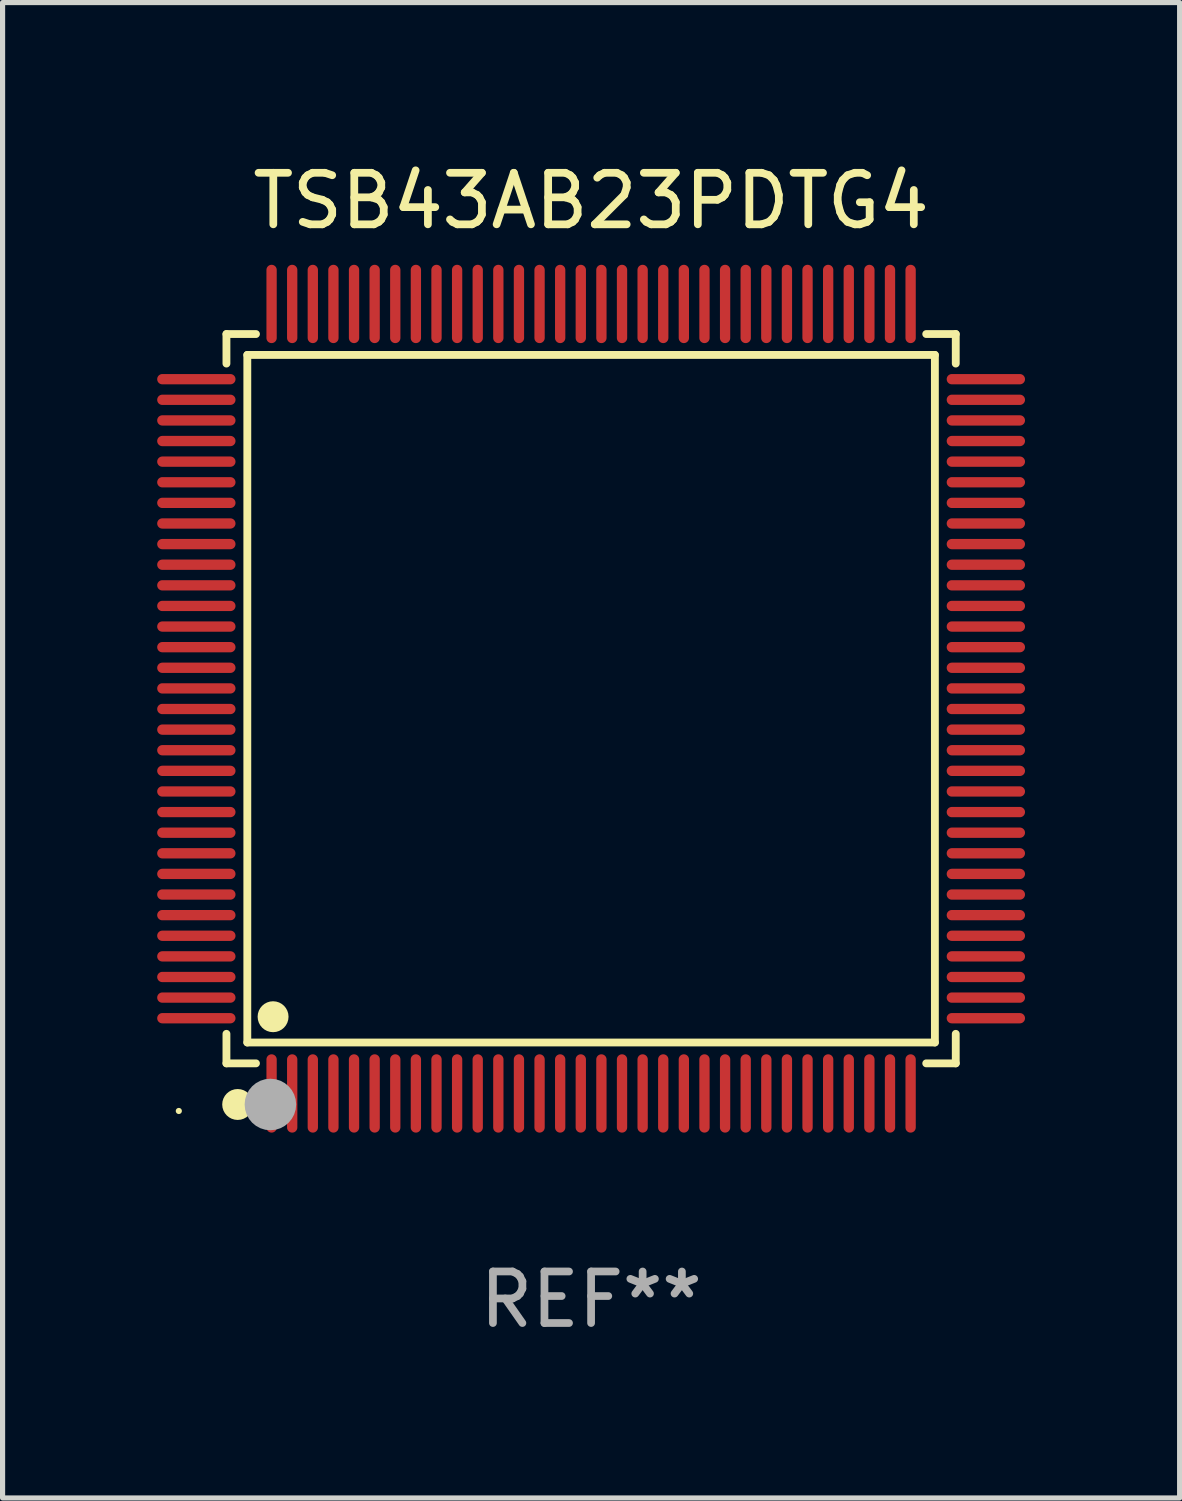
<source format=kicad_pcb>
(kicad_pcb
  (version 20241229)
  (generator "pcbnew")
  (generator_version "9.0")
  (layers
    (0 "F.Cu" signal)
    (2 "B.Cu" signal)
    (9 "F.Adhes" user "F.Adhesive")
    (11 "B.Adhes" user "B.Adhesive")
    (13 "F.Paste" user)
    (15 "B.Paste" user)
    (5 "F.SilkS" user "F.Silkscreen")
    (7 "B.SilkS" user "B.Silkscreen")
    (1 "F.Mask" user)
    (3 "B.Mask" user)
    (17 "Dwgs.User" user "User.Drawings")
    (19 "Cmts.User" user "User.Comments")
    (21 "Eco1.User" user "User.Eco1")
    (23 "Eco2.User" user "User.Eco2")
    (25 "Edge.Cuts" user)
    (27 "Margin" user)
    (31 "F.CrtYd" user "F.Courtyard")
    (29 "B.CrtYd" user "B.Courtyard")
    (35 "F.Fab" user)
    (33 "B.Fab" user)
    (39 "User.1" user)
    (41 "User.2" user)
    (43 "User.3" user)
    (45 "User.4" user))
  (footprint "TSB43AB23PDTG4"
    (layer "F.Cu")
    (at 8.42 10.508)
    (property "Reference" "TSB43AB23PDTG4" (at 0 -9.66 0) (layer "F.SilkS") (effects (font (size 1 1) (thickness 0.15))))
    (attr through_hole)
    (fp_line (start -7.076 -7.076) (end -6.503 -7.076) (stroke (width 0.152) (type solid)) (layer "F.SilkS"))
    (fp_line (start -7.076 -6.503) (end -7.076 -7.076) (stroke (width 0.152) (type solid)) (layer "F.SilkS"))
    (fp_line (start -7.076 6.503) (end -7.076 7.076) (stroke (width 0.152) (type solid)) (layer "F.SilkS"))
    (fp_line (start -7.076 7.076) (end -6.503 7.076) (stroke (width 0.152) (type solid)) (layer "F.SilkS"))
    (fp_line (start -6.671 -6.671) (end 6.671 -6.671) (stroke (width 0.152) (type solid)) (layer "F.SilkS"))
    (fp_line (start -6.671 6.671) (end -6.671 -6.671) (stroke (width 0.152) (type solid)) (layer "F.SilkS"))
    (fp_line (start 6.671 -6.671) (end 6.671 6.671) (stroke (width 0.152) (type solid)) (layer "F.SilkS"))
    (fp_line (start 6.671 6.671) (end -6.671 6.671) (stroke (width 0.152) (type solid)) (layer "F.SilkS"))
    (fp_line (start 7.076 -7.076) (end 6.503 -7.076) (stroke (width 0.152) (type solid)) (layer "F.SilkS"))
    (fp_line (start 7.076 -6.503) (end 7.076 -7.076) (stroke (width 0.152) (type solid)) (layer "F.SilkS"))
    (fp_line (start 7.076 6.503) (end 7.076 7.076) (stroke (width 0.152) (type solid)) (layer "F.SilkS"))
    (fp_line (start 7.076 7.076) (end 6.503 7.076) (stroke (width 0.152) (type solid)) (layer "F.SilkS"))
    (fp_circle (center -8 8) (end -7.97 8) (stroke (width 0.06) (type solid)) (fill no) (layer "F.SilkS"))
    (fp_circle (center -6.858 7.874) (end -6.708 7.874) (stroke (width 0.3) (type solid)) (fill no) (layer "F.SilkS"))
    (fp_circle (center -6.171 6.171) (end -6.021 6.171) (stroke (width 0.3) (type solid)) (fill no) (layer "F.SilkS"))
    (fp_circle (center -6.223 7.874) (end -5.973 7.874) (stroke (width 0.5) (type solid)) (fill no) (layer "F.Fab"))
    (fp_text user "REF**" (at 0 11.66 0) (layer "F.Fab") (effects (font (size 1 1) (thickness 0.15))))
    (pad "1" smd oval (at -6.2 7.66) (size 0.2 1.52) (layers "F.Cu" "F.Mask" "F.Paste"))
    (pad "2" smd oval (at -5.8 7.66) (size 0.2 1.52) (layers "F.Cu" "F.Mask" "F.Paste"))
    (pad "3" smd oval (at -5.4 7.66) (size 0.2 1.52) (layers "F.Cu" "F.Mask" "F.Paste"))
    (pad "4" smd oval (at -5 7.66) (size 0.2 1.52) (layers "F.Cu" "F.Mask" "F.Paste"))
    (pad "5" smd oval (at -4.6 7.66) (size 0.2 1.52) (layers "F.Cu" "F.Mask" "F.Paste"))
    (pad "6" smd oval (at -4.2 7.66) (size 0.2 1.52) (layers "F.Cu" "F.Mask" "F.Paste"))
    (pad "7" smd oval (at -3.8 7.66) (size 0.2 1.52) (layers "F.Cu" "F.Mask" "F.Paste"))
    (pad "8" smd oval (at -3.4 7.66) (size 0.2 1.52) (layers "F.Cu" "F.Mask" "F.Paste"))
    (pad "9" smd oval (at -3 7.66) (size 0.2 1.52) (layers "F.Cu" "F.Mask" "F.Paste"))
    (pad "10" smd oval (at -2.6 7.66) (size 0.2 1.52) (layers "F.Cu" "F.Mask" "F.Paste"))
    (pad "11" smd oval (at -2.2 7.66) (size 0.2 1.52) (layers "F.Cu" "F.Mask" "F.Paste"))
    (pad "12" smd oval (at -1.8 7.66) (size 0.2 1.52) (layers "F.Cu" "F.Mask" "F.Paste"))
    (pad "13" smd oval (at -1.4 7.66) (size 0.2 1.52) (layers "F.Cu" "F.Mask" "F.Paste"))
    (pad "14" smd oval (at -1 7.66) (size 0.2 1.52) (layers "F.Cu" "F.Mask" "F.Paste"))
    (pad "15" smd oval (at -0.6 7.66) (size 0.2 1.52) (layers "F.Cu" "F.Mask" "F.Paste"))
    (pad "16" smd oval (at -0.2 7.66) (size 0.2 1.52) (layers "F.Cu" "F.Mask" "F.Paste"))
    (pad "17" smd oval (at 0.2 7.66) (size 0.2 1.52) (layers "F.Cu" "F.Mask" "F.Paste"))
    (pad "18" smd oval (at 0.6 7.66) (size 0.2 1.52) (layers "F.Cu" "F.Mask" "F.Paste"))
    (pad "19" smd oval (at 1 7.66) (size 0.2 1.52) (layers "F.Cu" "F.Mask" "F.Paste"))
    (pad "20" smd oval (at 1.4 7.66) (size 0.2 1.52) (layers "F.Cu" "F.Mask" "F.Paste"))
    (pad "21" smd oval (at 1.8 7.66) (size 0.2 1.52) (layers "F.Cu" "F.Mask" "F.Paste"))
    (pad "22" smd oval (at 2.2 7.66) (size 0.2 1.52) (layers "F.Cu" "F.Mask" "F.Paste"))
    (pad "23" smd oval (at 2.6 7.66) (size 0.2 1.52) (layers "F.Cu" "F.Mask" "F.Paste"))
    (pad "24" smd oval (at 3 7.66) (size 0.2 1.52) (layers "F.Cu" "F.Mask" "F.Paste"))
    (pad "25" smd oval (at 3.4 7.66) (size 0.2 1.52) (layers "F.Cu" "F.Mask" "F.Paste"))
    (pad "26" smd oval (at 3.8 7.66) (size 0.2 1.52) (layers "F.Cu" "F.Mask" "F.Paste"))
    (pad "27" smd oval (at 4.2 7.66) (size 0.2 1.52) (layers "F.Cu" "F.Mask" "F.Paste"))
    (pad "28" smd oval (at 4.6 7.66) (size 0.2 1.52) (layers "F.Cu" "F.Mask" "F.Paste"))
    (pad "29" smd oval (at 5 7.66) (size 0.2 1.52) (layers "F.Cu" "F.Mask" "F.Paste"))
    (pad "30" smd oval (at 5.4 7.66) (size 0.2 1.52) (layers "F.Cu" "F.Mask" "F.Paste"))
    (pad "31" smd oval (at 5.8 7.66) (size 0.2 1.52) (layers "F.Cu" "F.Mask" "F.Paste"))
    (pad "32" smd oval (at 6.2 7.66) (size 0.2 1.52) (layers "F.Cu" "F.Mask" "F.Paste"))
    (pad "33" smd oval (at 7.66 6.2) (size 1.52 0.2) (layers "F.Cu" "F.Mask" "F.Paste"))
    (pad "34" smd oval (at 7.66 5.8) (size 1.52 0.2) (layers "F.Cu" "F.Mask" "F.Paste"))
    (pad "35" smd oval (at 7.66 5.4) (size 1.52 0.2) (layers "F.Cu" "F.Mask" "F.Paste"))
    (pad "36" smd oval (at 7.66 5) (size 1.52 0.2) (layers "F.Cu" "F.Mask" "F.Paste"))
    (pad "37" smd oval (at 7.66 4.6) (size 1.52 0.2) (layers "F.Cu" "F.Mask" "F.Paste"))
    (pad "38" smd oval (at 7.66 4.2) (size 1.52 0.2) (layers "F.Cu" "F.Mask" "F.Paste"))
    (pad "39" smd oval (at 7.66 3.8) (size 1.52 0.2) (layers "F.Cu" "F.Mask" "F.Paste"))
    (pad "40" smd oval (at 7.66 3.4) (size 1.52 0.2) (layers "F.Cu" "F.Mask" "F.Paste"))
    (pad "41" smd oval (at 7.66 3) (size 1.52 0.2) (layers "F.Cu" "F.Mask" "F.Paste"))
    (pad "42" smd oval (at 7.66 2.6) (size 1.52 0.2) (layers "F.Cu" "F.Mask" "F.Paste"))
    (pad "43" smd oval (at 7.66 2.2) (size 1.52 0.2) (layers "F.Cu" "F.Mask" "F.Paste"))
    (pad "44" smd oval (at 7.66 1.8) (size 1.52 0.2) (layers "F.Cu" "F.Mask" "F.Paste"))
    (pad "45" smd oval (at 7.66 1.4) (size 1.52 0.2) (layers "F.Cu" "F.Mask" "F.Paste"))
    (pad "46" smd oval (at 7.66 1) (size 1.52 0.2) (layers "F.Cu" "F.Mask" "F.Paste"))
    (pad "47" smd oval (at 7.66 0.6) (size 1.52 0.2) (layers "F.Cu" "F.Mask" "F.Paste"))
    (pad "48" smd oval (at 7.66 0.2) (size 1.52 0.2) (layers "F.Cu" "F.Mask" "F.Paste"))
    (pad "49" smd oval (at 7.66 -0.2) (size 1.52 0.2) (layers "F.Cu" "F.Mask" "F.Paste"))
    (pad "50" smd oval (at 7.66 -0.6) (size 1.52 0.2) (layers "F.Cu" "F.Mask" "F.Paste"))
    (pad "51" smd oval (at 7.66 -1) (size 1.52 0.2) (layers "F.Cu" "F.Mask" "F.Paste"))
    (pad "52" smd oval (at 7.66 -1.4) (size 1.52 0.2) (layers "F.Cu" "F.Mask" "F.Paste"))
    (pad "53" smd oval (at 7.66 -1.8) (size 1.52 0.2) (layers "F.Cu" "F.Mask" "F.Paste"))
    (pad "54" smd oval (at 7.66 -2.2) (size 1.52 0.2) (layers "F.Cu" "F.Mask" "F.Paste"))
    (pad "55" smd oval (at 7.66 -2.6) (size 1.52 0.2) (layers "F.Cu" "F.Mask" "F.Paste"))
    (pad "56" smd oval (at 7.66 -3) (size 1.52 0.2) (layers "F.Cu" "F.Mask" "F.Paste"))
    (pad "57" smd oval (at 7.66 -3.4) (size 1.52 0.2) (layers "F.Cu" "F.Mask" "F.Paste"))
    (pad "58" smd oval (at 7.66 -3.8) (size 1.52 0.2) (layers "F.Cu" "F.Mask" "F.Paste"))
    (pad "59" smd oval (at 7.66 -4.2) (size 1.52 0.2) (layers "F.Cu" "F.Mask" "F.Paste"))
    (pad "60" smd oval (at 7.66 -4.6) (size 1.52 0.2) (layers "F.Cu" "F.Mask" "F.Paste"))
    (pad "61" smd oval (at 7.66 -5) (size 1.52 0.2) (layers "F.Cu" "F.Mask" "F.Paste"))
    (pad "62" smd oval (at 7.66 -5.4) (size 1.52 0.2) (layers "F.Cu" "F.Mask" "F.Paste"))
    (pad "63" smd oval (at 7.66 -5.8) (size 1.52 0.2) (layers "F.Cu" "F.Mask" "F.Paste"))
    (pad "64" smd oval (at 7.66 -6.2) (size 1.52 0.2) (layers "F.Cu" "F.Mask" "F.Paste"))
    (pad "65" smd oval (at 6.2 -7.66) (size 0.2 1.52) (layers "F.Cu" "F.Mask" "F.Paste"))
    (pad "66" smd oval (at 5.8 -7.66) (size 0.2 1.52) (layers "F.Cu" "F.Mask" "F.Paste"))
    (pad "67" smd oval (at 5.4 -7.66) (size 0.2 1.52) (layers "F.Cu" "F.Mask" "F.Paste"))
    (pad "68" smd oval (at 5 -7.66) (size 0.2 1.52) (layers "F.Cu" "F.Mask" "F.Paste"))
    (pad "69" smd oval (at 4.6 -7.66) (size 0.2 1.52) (layers "F.Cu" "F.Mask" "F.Paste"))
    (pad "70" smd oval (at 4.2 -7.66) (size 0.2 1.52) (layers "F.Cu" "F.Mask" "F.Paste"))
    (pad "71" smd oval (at 3.8 -7.66) (size 0.2 1.52) (layers "F.Cu" "F.Mask" "F.Paste"))
    (pad "72" smd oval (at 3.4 -7.66) (size 0.2 1.52) (layers "F.Cu" "F.Mask" "F.Paste"))
    (pad "73" smd oval (at 3 -7.66) (size 0.2 1.52) (layers "F.Cu" "F.Mask" "F.Paste"))
    (pad "74" smd oval (at 2.6 -7.66) (size 0.2 1.52) (layers "F.Cu" "F.Mask" "F.Paste"))
    (pad "75" smd oval (at 2.2 -7.66) (size 0.2 1.52) (layers "F.Cu" "F.Mask" "F.Paste"))
    (pad "76" smd oval (at 1.8 -7.66) (size 0.2 1.52) (layers "F.Cu" "F.Mask" "F.Paste"))
    (pad "77" smd oval (at 1.4 -7.66) (size 0.2 1.52) (layers "F.Cu" "F.Mask" "F.Paste"))
    (pad "78" smd oval (at 1 -7.66) (size 0.2 1.52) (layers "F.Cu" "F.Mask" "F.Paste"))
    (pad "79" smd oval (at 0.6 -7.66) (size 0.2 1.52) (layers "F.Cu" "F.Mask" "F.Paste"))
    (pad "80" smd oval (at 0.2 -7.66) (size 0.2 1.52) (layers "F.Cu" "F.Mask" "F.Paste"))
    (pad "81" smd oval (at -0.2 -7.66) (size 0.2 1.52) (layers "F.Cu" "F.Mask" "F.Paste"))
    (pad "82" smd oval (at -0.6 -7.66) (size 0.2 1.52) (layers "F.Cu" "F.Mask" "F.Paste"))
    (pad "83" smd oval (at -1 -7.66) (size 0.2 1.52) (layers "F.Cu" "F.Mask" "F.Paste"))
    (pad "84" smd oval (at -1.4 -7.66) (size 0.2 1.52) (layers "F.Cu" "F.Mask" "F.Paste"))
    (pad "85" smd oval (at -1.8 -7.66) (size 0.2 1.52) (layers "F.Cu" "F.Mask" "F.Paste"))
    (pad "86" smd oval (at -2.2 -7.66) (size 0.2 1.52) (layers "F.Cu" "F.Mask" "F.Paste"))
    (pad "87" smd oval (at -2.6 -7.66) (size 0.2 1.52) (layers "F.Cu" "F.Mask" "F.Paste"))
    (pad "88" smd oval (at -3 -7.66) (size 0.2 1.52) (layers "F.Cu" "F.Mask" "F.Paste"))
    (pad "89" smd oval (at -3.4 -7.66) (size 0.2 1.52) (layers "F.Cu" "F.Mask" "F.Paste"))
    (pad "90" smd oval (at -3.8 -7.66) (size 0.2 1.52) (layers "F.Cu" "F.Mask" "F.Paste"))
    (pad "91" smd oval (at -4.2 -7.66) (size 0.2 1.52) (layers "F.Cu" "F.Mask" "F.Paste"))
    (pad "92" smd oval (at -4.6 -7.66) (size 0.2 1.52) (layers "F.Cu" "F.Mask" "F.Paste"))
    (pad "93" smd oval (at -5 -7.66) (size 0.2 1.52) (layers "F.Cu" "F.Mask" "F.Paste"))
    (pad "94" smd oval (at -5.4 -7.66) (size 0.2 1.52) (layers "F.Cu" "F.Mask" "F.Paste"))
    (pad "95" smd oval (at -5.8 -7.66) (size 0.2 1.52) (layers "F.Cu" "F.Mask" "F.Paste"))
    (pad "96" smd oval (at -6.2 -7.66) (size 0.2 1.52) (layers "F.Cu" "F.Mask" "F.Paste"))
    (pad "97" smd oval (at -7.66 -6.2) (size 1.52 0.2) (layers "F.Cu" "F.Mask" "F.Paste"))
    (pad "98" smd oval (at -7.66 -5.8) (size 1.52 0.2) (layers "F.Cu" "F.Mask" "F.Paste"))
    (pad "99" smd oval (at -7.66 -5.4) (size 1.52 0.2) (layers "F.Cu" "F.Mask" "F.Paste"))
    (pad "100" smd oval (at -7.66 -5) (size 1.52 0.2) (layers "F.Cu" "F.Mask" "F.Paste"))
    (pad "101" smd oval (at -7.66 -4.6) (size 1.52 0.2) (layers "F.Cu" "F.Mask" "F.Paste"))
    (pad "102" smd oval (at -7.66 -4.2) (size 1.52 0.2) (layers "F.Cu" "F.Mask" "F.Paste"))
    (pad "103" smd oval (at -7.66 -3.8) (size 1.52 0.2) (layers "F.Cu" "F.Mask" "F.Paste"))
    (pad "104" smd oval (at -7.66 -3.4) (size 1.52 0.2) (layers "F.Cu" "F.Mask" "F.Paste"))
    (pad "105" smd oval (at -7.66 -3) (size 1.52 0.2) (layers "F.Cu" "F.Mask" "F.Paste"))
    (pad "106" smd oval (at -7.66 -2.6) (size 1.52 0.2) (layers "F.Cu" "F.Mask" "F.Paste"))
    (pad "107" smd oval (at -7.66 -2.2) (size 1.52 0.2) (layers "F.Cu" "F.Mask" "F.Paste"))
    (pad "108" smd oval (at -7.66 -1.8) (size 1.52 0.2) (layers "F.Cu" "F.Mask" "F.Paste"))
    (pad "109" smd oval (at -7.66 -1.4) (size 1.52 0.2) (layers "F.Cu" "F.Mask" "F.Paste"))
    (pad "110" smd oval (at -7.66 -1) (size 1.52 0.2) (layers "F.Cu" "F.Mask" "F.Paste"))
    (pad "111" smd oval (at -7.66 -0.6) (size 1.52 0.2) (layers "F.Cu" "F.Mask" "F.Paste"))
    (pad "112" smd oval (at -7.66 -0.2) (size 1.52 0.2) (layers "F.Cu" "F.Mask" "F.Paste"))
    (pad "113" smd oval (at -7.66 0.2) (size 1.52 0.2) (layers "F.Cu" "F.Mask" "F.Paste"))
    (pad "114" smd oval (at -7.66 0.6) (size 1.52 0.2) (layers "F.Cu" "F.Mask" "F.Paste"))
    (pad "115" smd oval (at -7.66 1) (size 1.52 0.2) (layers "F.Cu" "F.Mask" "F.Paste"))
    (pad "116" smd oval (at -7.66 1.4) (size 1.52 0.2) (layers "F.Cu" "F.Mask" "F.Paste"))
    (pad "117" smd oval (at -7.66 1.8) (size 1.52 0.2) (layers "F.Cu" "F.Mask" "F.Paste"))
    (pad "118" smd oval (at -7.66 2.2) (size 1.52 0.2) (layers "F.Cu" "F.Mask" "F.Paste"))
    (pad "119" smd oval (at -7.66 2.6) (size 1.52 0.2) (layers "F.Cu" "F.Mask" "F.Paste"))
    (pad "120" smd oval (at -7.66 3) (size 1.52 0.2) (layers "F.Cu" "F.Mask" "F.Paste"))
    (pad "121" smd oval (at -7.66 3.4) (size 1.52 0.2) (layers "F.Cu" "F.Mask" "F.Paste"))
    (pad "122" smd oval (at -7.66 3.8) (size 1.52 0.2) (layers "F.Cu" "F.Mask" "F.Paste"))
    (pad "123" smd oval (at -7.66 4.2) (size 1.52 0.2) (layers "F.Cu" "F.Mask" "F.Paste"))
    (pad "124" smd oval (at -7.66 4.6) (size 1.52 0.2) (layers "F.Cu" "F.Mask" "F.Paste"))
    (pad "125" smd oval (at -7.66 5) (size 1.52 0.2) (layers "F.Cu" "F.Mask" "F.Paste"))
    (pad "126" smd oval (at -7.66 5.4) (size 1.52 0.2) (layers "F.Cu" "F.Mask" "F.Paste"))
    (pad "127" smd oval (at -7.66 5.8) (size 1.52 0.2) (layers "F.Cu" "F.Mask" "F.Paste"))
    (pad "128" smd oval (at -7.66 6.2) (size 1.52 0.2) (layers "F.Cu" "F.Mask" "F.Paste")))
  (gr_rect
    (start -3 -3)
    (end 19.84 26.017)
    (stroke (width 0.1) (type default))
    (fill no)
    (layer "Edge.Cuts")))
</source>
